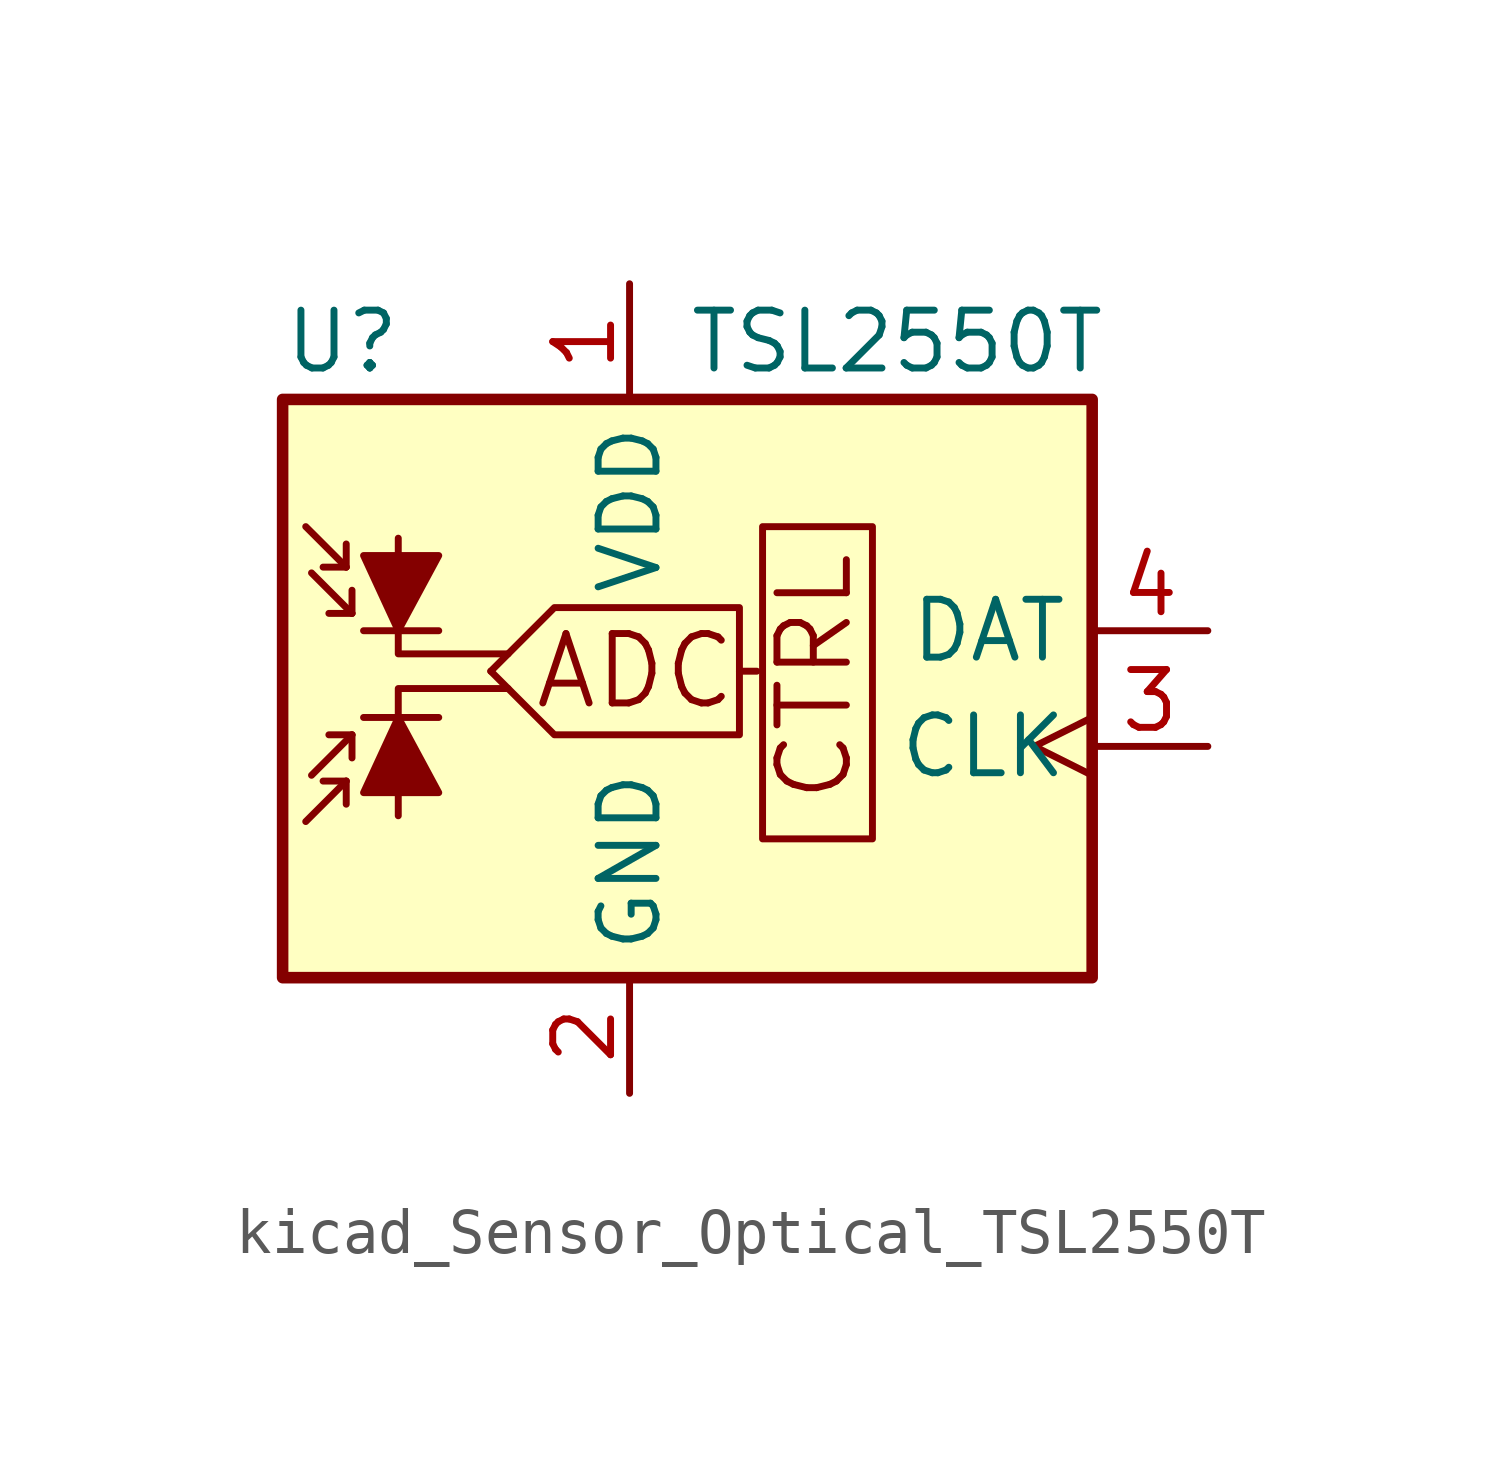
<source format=kicad_sym>
(kicad_symbol_lib
  (version 20220914)
  (generator kicad_symbol_editor)
  (symbol "kicad_Sensor_Optical_TSL2550T"
    (property "Reference" "U"
      (at -7.62 6.35 0)
      (effects (font (size 1.27 1.27)) (justify left)))
    (property "Value" "TSL2550T"
      (at 1.27 6.35 0)
      (effects (font (size 1.27 1.27)) (justify left)))
    (symbol "kicad_Sensor_Optical_TSL2550T_0_0"
      (polyline (pts (xy 2.413 -0.889) (xy 2.794 -0.889)) (stroke (width 0) (type default)) (fill (type none)))
      (polyline (pts (xy -5.08 -4.064) (xy -5.08 -1.27) (xy -2.667 -1.27)) (stroke (width 0) (type default)) (fill (type none)))
      (polyline (pts (xy -5.08 2.032) (xy -5.08 -0.508) (xy -2.667 -0.508)) (stroke (width 0) (type default)) (fill (type none)))
      (polyline (pts (xy -3.048 -0.889) (xy -1.651 -2.286) (xy 2.413 -2.286) (xy 2.413 -0.889)) (stroke (width 0) (type default)) (fill (type none)))
      (polyline (pts (xy -3.048 -0.889) (xy -1.651 0.508) (xy 2.413 0.508) (xy 2.413 -0.889)) (stroke (width 0) (type default)) (fill (type none)))
      (rectangle (start 2.921 2.286) (end 5.334 -4.572) (stroke (width 0) (type default)) (fill (type none)))
      (text "ADC" (at 0.127 -0.889 0) (effects (font (size 1.524 1.524))))
      (text "CTRL" (at 4.064 -1.016 900) (effects (font (size 1.524 1.524)))))
    (symbol "kicad_Sensor_Optical_TSL2550T_0_1"
      (polyline (pts (xy -6.223 -3.302) (xy -7.112 -4.191)) (stroke (width 0) (type default)) (fill (type none)))
      (polyline (pts (xy -6.223 -3.302) (xy -6.731 -3.302)) (stroke (width 0) (type default)) (fill (type none)))
      (polyline (pts (xy -6.223 -3.302) (xy -6.223 -3.81)) (stroke (width 0) (type default)) (fill (type none)))
      (polyline (pts (xy -6.223 1.397) (xy -7.112 2.286)) (stroke (width 0) (type default)) (fill (type none)))
      (polyline (pts (xy -6.223 1.397) (xy -6.731 1.397)) (stroke (width 0) (type default)) (fill (type none)))
      (polyline (pts (xy -6.223 1.397) (xy -6.223 1.905)) (stroke (width 0) (type default)) (fill (type none)))
      (polyline (pts (xy -6.096 -2.286) (xy -6.985 -3.175)) (stroke (width 0) (type default)) (fill (type none)))
      (polyline (pts (xy -6.096 -2.286) (xy -6.604 -2.286)) (stroke (width 0) (type default)) (fill (type none)))
      (polyline (pts (xy -6.096 -2.286) (xy -6.096 -2.794)) (stroke (width 0) (type default)) (fill (type none)))
      (polyline (pts (xy -6.096 0.381) (xy -6.985 1.27)) (stroke (width 0) (type default)) (fill (type none)))
      (polyline (pts (xy -6.096 0.381) (xy -6.604 0.381)) (stroke (width 0) (type default)) (fill (type none)))
      (polyline (pts (xy -6.096 0.381) (xy -6.096 0.889)) (stroke (width 0) (type default)) (fill (type none)))
      (polyline (pts (xy -5.842 -1.905) (xy -4.191 -1.905)) (stroke (width 0) (type default)) (fill (type none)))
      (polyline (pts (xy -5.842 0) (xy -4.191 0)) (stroke (width 0) (type default)) (fill (type none)))
      (polyline (pts (xy -5.842 -3.556) (xy -4.191 -3.556) (xy -5.08 -1.905) (xy -5.842 -3.556)) (stroke (width 0) (type default)) (fill (type outline)))
      (polyline (pts (xy -5.842 1.651) (xy -4.191 1.651) (xy -5.08 0) (xy -5.842 1.651)) (stroke (width 0) (type default)) (fill (type outline)))
      (rectangle (start 10.16 5.08) (end -7.62 -7.62) (stroke (width 0.254) (type default)) (fill (type background))))
    (symbol "kicad_Sensor_Optical_TSL2550T_1_1"
      (pin power_in line (at 0 7.62 270) (length 2.54) (name "VDD" (effects (font (size 1.27 1.27)))) (number "1" (effects (font (size 1.27 1.27)))))
      (pin power_in line (at 0 -10.16 90) (length 2.54) (name "GND" (effects (font (size 1.27 1.27)))) (number "2" (effects (font (size 1.27 1.27)))))
      (pin input clock (at 12.7 -2.54 180) (length 2.54) (name "CLK" (effects (font (size 1.27 1.27)))) (number "3" (effects (font (size 1.27 1.27)))))
      (pin bidirectional line (at 12.7 0 180) (length 2.54) (name "DAT" (effects (font (size 1.27 1.27)))) (number "4" (effects (font (size 1.27 1.27))))))))
</source>
